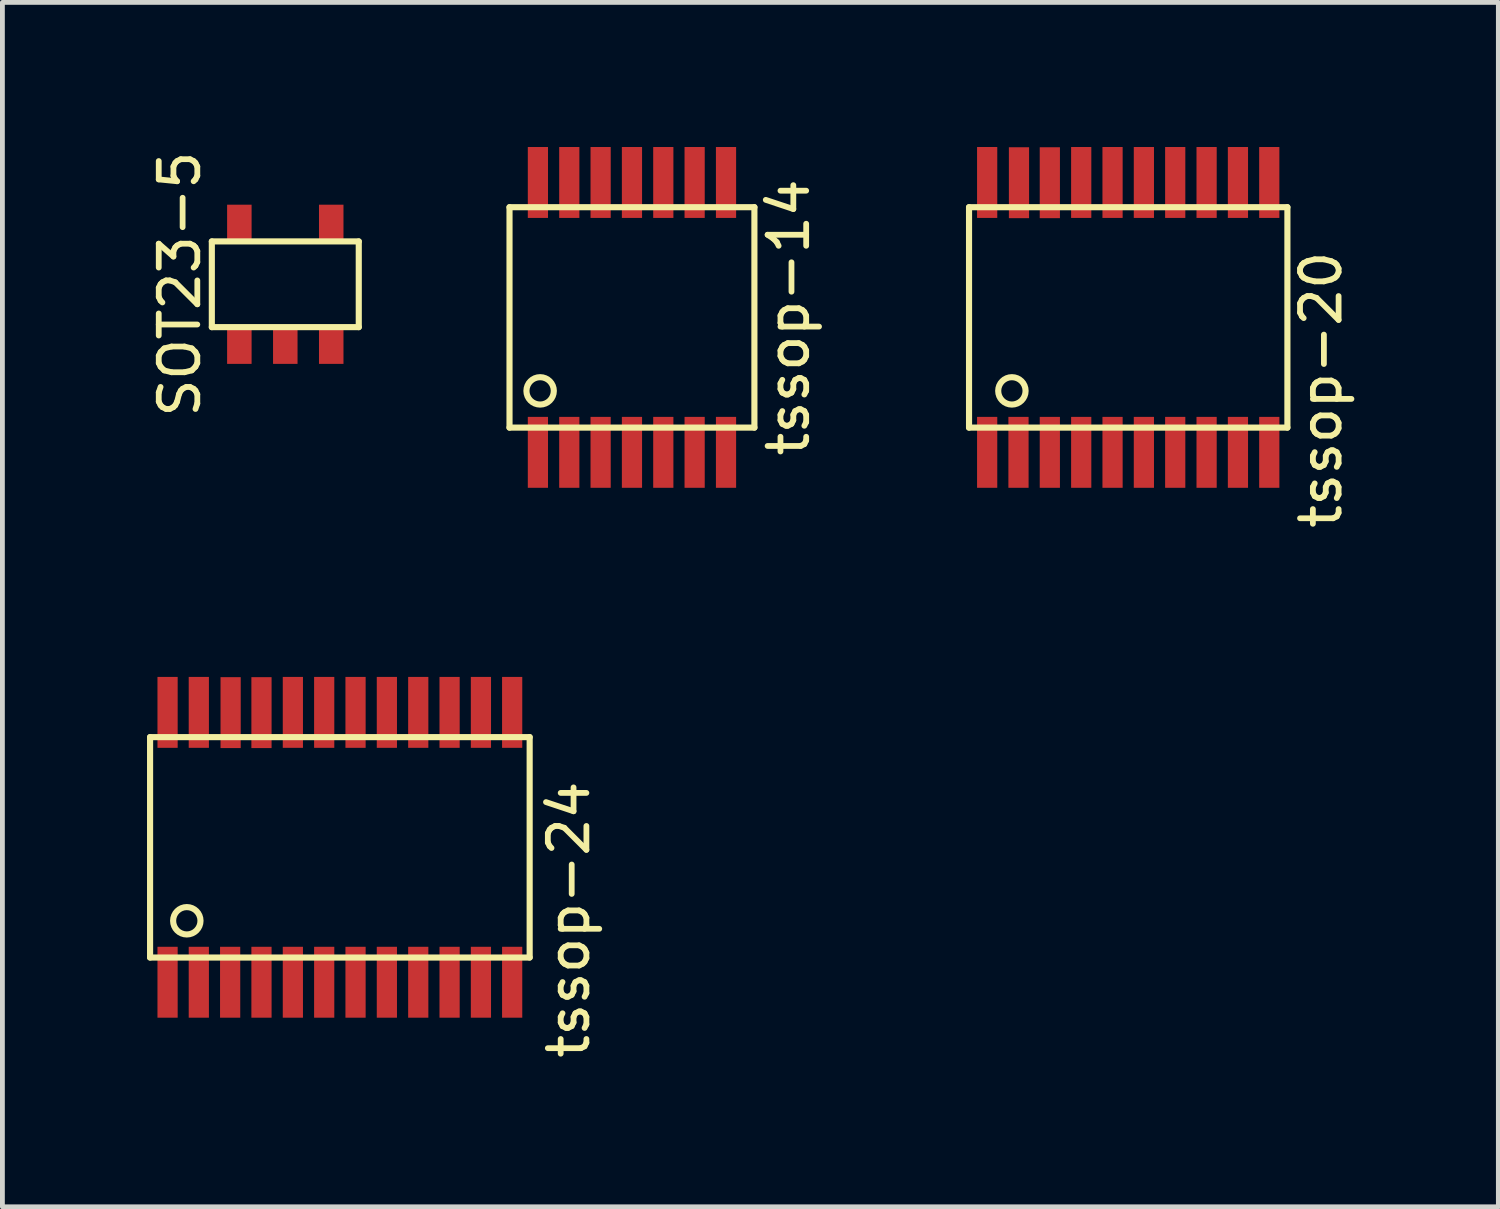
<source format=kicad_pcb>
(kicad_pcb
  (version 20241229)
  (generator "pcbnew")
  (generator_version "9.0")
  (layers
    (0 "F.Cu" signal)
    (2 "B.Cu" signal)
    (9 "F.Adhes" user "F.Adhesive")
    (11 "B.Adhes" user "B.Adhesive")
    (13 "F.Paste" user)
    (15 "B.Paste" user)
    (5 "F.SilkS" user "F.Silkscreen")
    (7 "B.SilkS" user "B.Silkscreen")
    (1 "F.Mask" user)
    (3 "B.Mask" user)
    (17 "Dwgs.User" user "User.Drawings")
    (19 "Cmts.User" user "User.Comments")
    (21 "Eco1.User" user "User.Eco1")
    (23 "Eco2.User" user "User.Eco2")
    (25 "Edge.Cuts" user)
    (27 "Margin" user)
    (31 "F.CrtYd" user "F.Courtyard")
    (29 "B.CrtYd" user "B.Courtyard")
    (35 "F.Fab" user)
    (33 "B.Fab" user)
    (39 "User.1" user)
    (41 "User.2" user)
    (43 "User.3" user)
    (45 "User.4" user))
  (footprint "tssop-14"
    (layer "F.Cu")
    (at 10.059 3.534)
    (property "Reference" "tssop-14" (at 3.25 0 90) (layer "F.SilkS") (effects (font (size 0.8 0.8) (thickness 0.12))))
    (attr smd)
    (fp_line (start -2.54 -2.286) (end -2.54 2.286) (stroke (width 0.127) (type solid)) (layer "F.SilkS"))
    (fp_line (start -2.54 2.286) (end 2.54 2.286) (stroke (width 0.127) (type solid)) (layer "F.SilkS"))
    (fp_line (start 2.54 -2.286) (end -2.54 -2.286) (stroke (width 0.127) (type solid)) (layer "F.SilkS"))
    (fp_line (start 2.54 2.286) (end 2.54 -2.286) (stroke (width 0.127) (type solid)) (layer "F.SilkS"))
    (fp_circle (center -1.905 1.524) (end -2.032 1.778) (stroke (width 0.127) (type solid)) (fill no) (layer "F.SilkS"))
    (pad "1" smd rect (at -1.951 2.799) (size 0.419 1.471) (layers "F.Cu" "F.Mask" "F.Paste"))
    (pad "2" smd rect (at -1.3 2.799) (size 0.419 1.471) (layers "F.Cu" "F.Mask" "F.Paste"))
    (pad "3" smd rect (at -0.65 2.799) (size 0.419 1.471) (layers "F.Cu" "F.Mask" "F.Paste"))
    (pad "4" smd rect (at 0 2.799) (size 0.419 1.471) (layers "F.Cu" "F.Mask" "F.Paste"))
    (pad "5" smd rect (at 0.65 2.799) (size 0.419 1.471) (layers "F.Cu" "F.Mask" "F.Paste"))
    (pad "6" smd rect (at 1.3 2.799) (size 0.419 1.471) (layers "F.Cu" "F.Mask" "F.Paste"))
    (pad "7" smd rect (at 1.951 2.799) (size 0.419 1.471) (layers "F.Cu" "F.Mask" "F.Paste"))
    (pad "8" smd rect (at 1.951 -2.799) (size 0.419 1.471) (layers "F.Cu" "F.Mask" "F.Paste"))
    (pad "9" smd rect (at 1.3 -2.799) (size 0.419 1.471) (layers "F.Cu" "F.Mask" "F.Paste"))
    (pad "10" smd rect (at 0.65 -2.799) (size 0.419 1.471) (layers "F.Cu" "F.Mask" "F.Paste"))
    (pad "11" smd rect (at 0 -2.799) (size 0.419 1.471) (layers "F.Cu" "F.Mask" "F.Paste"))
    (pad "12" smd rect (at -0.65 -2.799) (size 0.419 1.471) (layers "F.Cu" "F.Mask" "F.Paste"))
    (pad "13" smd rect (at -1.3 -2.799) (size 0.419 1.471) (layers "F.Cu" "F.Mask" "F.Paste"))
    (pad "14" smd rect (at -1.951 -2.799) (size 0.419 1.471) (layers "F.Cu" "F.Mask" "F.Paste")))
  (footprint "tssop-24"
    (layer "F.Cu")
    (at 4 14.526)
    (property "Reference" "tssop-24" (at 4.75 1.5 90) (layer "F.SilkS") (effects (font (size 0.8 0.8) (thickness 0.12))))
    (attr smd)
    (fp_line (start -3.937 -2.286) (end -3.937 2.286) (stroke (width 0.127) (type solid)) (layer "F.SilkS"))
    (fp_line (start -3.937 2.286) (end 3.937 2.286) (stroke (width 0.127) (type solid)) (layer "F.SilkS"))
    (fp_line (start 3.937 -2.286) (end -3.937 -2.286) (stroke (width 0.127) (type solid)) (layer "F.SilkS"))
    (fp_line (start 3.937 2.286) (end 3.937 -2.286) (stroke (width 0.127) (type solid)) (layer "F.SilkS"))
    (fp_circle (center -3.175 1.524) (end -3.302 1.778) (stroke (width 0.127) (type solid)) (fill no) (layer "F.SilkS"))
    (pad "1" smd rect (at -3.574 2.799) (size 0.419 1.471) (layers "F.Cu" "F.Mask" "F.Paste"))
    (pad "2" smd rect (at -2.926 2.799) (size 0.419 1.471) (layers "F.Cu" "F.Mask" "F.Paste"))
    (pad "3" smd rect (at -2.276 2.799) (size 0.419 1.471) (layers "F.Cu" "F.Mask" "F.Paste"))
    (pad "4" smd rect (at -1.626 2.799) (size 0.419 1.471) (layers "F.Cu" "F.Mask" "F.Paste"))
    (pad "5" smd rect (at -0.975 2.799) (size 0.419 1.471) (layers "F.Cu" "F.Mask" "F.Paste"))
    (pad "6" smd rect (at -0.325 2.799) (size 0.419 1.471) (layers "F.Cu" "F.Mask" "F.Paste"))
    (pad "7" smd rect (at 0.325 2.799) (size 0.419 1.471) (layers "F.Cu" "F.Mask" "F.Paste"))
    (pad "8" smd rect (at 0.975 2.799) (size 0.419 1.471) (layers "F.Cu" "F.Mask" "F.Paste"))
    (pad "9" smd rect (at 1.626 2.799) (size 0.419 1.471) (layers "F.Cu" "F.Mask" "F.Paste"))
    (pad "10" smd rect (at 2.276 2.799) (size 0.419 1.471) (layers "F.Cu" "F.Mask" "F.Paste"))
    (pad "11" smd rect (at 2.926 2.799) (size 0.419 1.471) (layers "F.Cu" "F.Mask" "F.Paste"))
    (pad "12" smd rect (at 3.574 2.799) (size 0.419 1.471) (layers "F.Cu" "F.Mask" "F.Paste"))
    (pad "13" smd rect (at 3.574 -2.799) (size 0.419 1.471) (layers "F.Cu" "F.Mask" "F.Paste"))
    (pad "14" smd rect (at 2.926 -2.799) (size 0.419 1.471) (layers "F.Cu" "F.Mask" "F.Paste"))
    (pad "15" smd rect (at 2.276 -2.799) (size 0.419 1.471) (layers "F.Cu" "F.Mask" "F.Paste"))
    (pad "16" smd rect (at 1.626 -2.799) (size 0.419 1.471) (layers "F.Cu" "F.Mask" "F.Paste"))
    (pad "17" smd rect (at 0.975 -2.799) (size 0.419 1.471) (layers "F.Cu" "F.Mask" "F.Paste"))
    (pad "18" smd rect (at 0.325 -2.799) (size 0.419 1.471) (layers "F.Cu" "F.Mask" "F.Paste"))
    (pad "19" smd rect (at -0.325 -2.799) (size 0.419 1.471) (layers "F.Cu" "F.Mask" "F.Paste"))
    (pad "20" smd rect (at -0.975 -2.799) (size 0.419 1.471) (layers "F.Cu" "F.Mask" "F.Paste"))
    (pad "21" smd rect (at -1.626 -2.794) (size 0.419 1.471) (layers "F.Cu" "F.Mask" "F.Paste"))
    (pad "22" smd rect (at -2.266 -2.794) (size 0.419 1.471) (layers "F.Cu" "F.Mask" "F.Paste"))
    (pad "23" smd rect (at -2.926 -2.799) (size 0.419 1.471) (layers "F.Cu" "F.Mask" "F.Paste"))
    (pad "24" smd rect (at -3.574 -2.799) (size 0.419 1.471) (layers "F.Cu" "F.Mask" "F.Paste")))
  (footprint "tssop-20"
    (layer "F.Cu")
    (at 20.353 3.534)
    (property "Reference" "tssop-20" (at 4 1.5 90) (layer "F.SilkS") (effects (font (size 0.8 0.8) (thickness 0.12))))
    (attr smd)
    (fp_line (start -3.302 -2.286) (end -3.302 2.286) (stroke (width 0.127) (type solid)) (layer "F.SilkS"))
    (fp_line (start -3.302 2.286) (end 3.302 2.286) (stroke (width 0.127) (type solid)) (layer "F.SilkS"))
    (fp_line (start 3.302 -2.286) (end -3.302 -2.286) (stroke (width 0.127) (type solid)) (layer "F.SilkS"))
    (fp_line (start 3.302 2.286) (end 3.302 -2.286) (stroke (width 0.127) (type solid)) (layer "F.SilkS"))
    (fp_circle (center -2.413 1.524) (end -2.54 1.778) (stroke (width 0.127) (type solid)) (fill no) (layer "F.SilkS"))
    (pad "1" smd rect (at -2.926 2.799) (size 0.419 1.471) (layers "F.Cu" "F.Mask" "F.Paste"))
    (pad "2" smd rect (at -2.276 2.799) (size 0.419 1.471) (layers "F.Cu" "F.Mask" "F.Paste"))
    (pad "3" smd rect (at -1.626 2.799) (size 0.419 1.471) (layers "F.Cu" "F.Mask" "F.Paste"))
    (pad "4" smd rect (at -0.975 2.799) (size 0.419 1.471) (layers "F.Cu" "F.Mask" "F.Paste"))
    (pad "5" smd rect (at -0.325 2.799) (size 0.419 1.471) (layers "F.Cu" "F.Mask" "F.Paste"))
    (pad "6" smd rect (at 0.325 2.799) (size 0.419 1.471) (layers "F.Cu" "F.Mask" "F.Paste"))
    (pad "7" smd rect (at 0.975 2.799) (size 0.419 1.471) (layers "F.Cu" "F.Mask" "F.Paste"))
    (pad "8" smd rect (at 1.626 2.799) (size 0.419 1.471) (layers "F.Cu" "F.Mask" "F.Paste"))
    (pad "9" smd rect (at 2.276 2.799) (size 0.419 1.471) (layers "F.Cu" "F.Mask" "F.Paste"))
    (pad "10" smd rect (at 2.926 2.799) (size 0.419 1.471) (layers "F.Cu" "F.Mask" "F.Paste"))
    (pad "11" smd rect (at 2.926 -2.799) (size 0.419 1.471) (layers "F.Cu" "F.Mask" "F.Paste"))
    (pad "12" smd rect (at 2.276 -2.799) (size 0.419 1.471) (layers "F.Cu" "F.Mask" "F.Paste"))
    (pad "13" smd rect (at 1.626 -2.799) (size 0.419 1.471) (layers "F.Cu" "F.Mask" "F.Paste"))
    (pad "14" smd rect (at 0.975 -2.799) (size 0.419 1.471) (layers "F.Cu" "F.Mask" "F.Paste"))
    (pad "15" smd rect (at 0.325 -2.799) (size 0.419 1.471) (layers "F.Cu" "F.Mask" "F.Paste"))
    (pad "16" smd rect (at -0.325 -2.799) (size 0.419 1.471) (layers "F.Cu" "F.Mask" "F.Paste"))
    (pad "17" smd rect (at -0.975 -2.799) (size 0.419 1.471) (layers "F.Cu" "F.Mask" "F.Paste"))
    (pad "18" smd rect (at -1.626 -2.794) (size 0.419 1.471) (layers "F.Cu" "F.Mask" "F.Paste"))
    (pad "19" smd rect (at -2.266 -2.794) (size 0.419 1.471) (layers "F.Cu" "F.Mask" "F.Paste"))
    (pad "20" smd rect (at -2.926 -2.799) (size 0.419 1.471) (layers "F.Cu" "F.Mask" "F.Paste")))
  (footprint "SOT23-5"
    (layer "F.Cu")
    (at 2.868 2.847)
    (property "Reference" "SOT23-5" (at -2.189 -0.004 90) (layer "F.SilkS") (effects (font (size 0.8 0.8) (thickness 0.12))))
    (attr smd)
    (fp_line (start -1.524 -0.889) (end 1.524 -0.889) (stroke (width 0.127) (type solid)) (layer "F.SilkS"))
    (fp_line (start -1.524 0.889) (end -1.524 -0.889) (stroke (width 0.127) (type solid)) (layer "F.SilkS"))
    (fp_line (start 1.524 -0.889) (end 1.524 0.889) (stroke (width 0.127) (type solid)) (layer "F.SilkS"))
    (fp_line (start 1.524 0.889) (end -1.524 0.889) (stroke (width 0.127) (type solid)) (layer "F.SilkS"))
    (pad "1" smd rect (at -0.953 1.27) (size 0.508 0.762) (layers "F.Cu" "F.Mask" "F.Paste"))
    (pad "2" smd rect (at 0 1.27) (size 0.508 0.762) (layers "F.Cu" "F.Mask" "F.Paste"))
    (pad "3" smd rect (at 0.953 1.27) (size 0.508 0.762) (layers "F.Cu" "F.Mask" "F.Paste"))
    (pad "4" smd rect (at 0.953 -1.27) (size 0.508 0.762) (layers "F.Cu" "F.Mask" "F.Paste"))
    (pad "5" smd rect (at -0.953 -1.27) (size 0.508 0.762) (layers "F.Cu" "F.Mask" "F.Paste")))
  (gr_rect
    (start -3 -3)
    (end 28.031 21.983)
    (stroke (width 0.1) (type default))
    (fill no)
    (layer "Edge.Cuts")))
</source>
